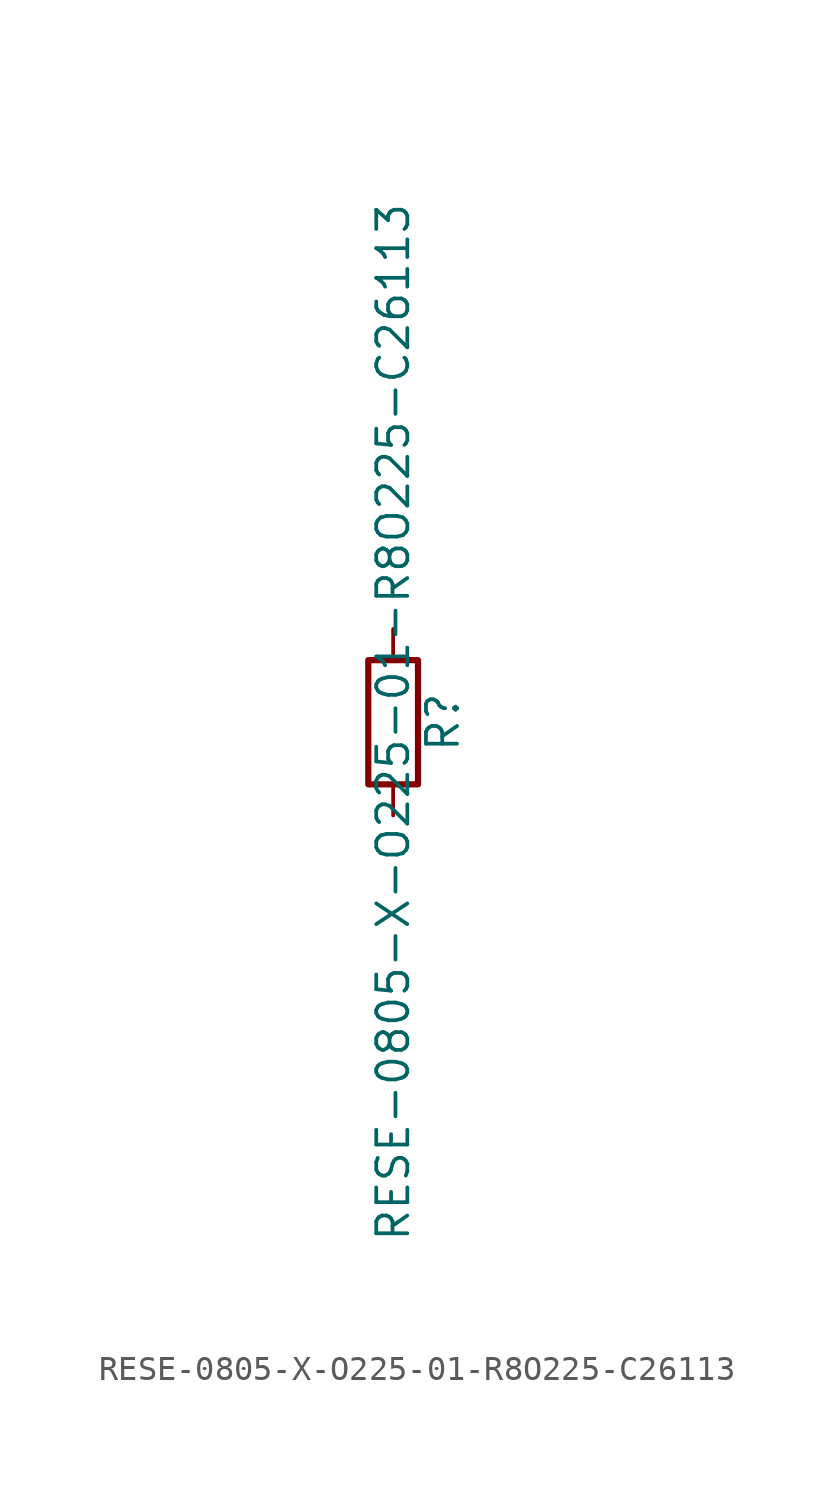
<source format=kicad_sym>
(kicad_symbol_lib
  (version 20211014)
  (generator kicad_symbol_editor)
  (symbol "RESE-0805-X-O225-01-R8O225-C26113"
    (pin_numbers hide)
    (pin_names
      (offset 0))
    (property "Reference" "R"
      (at 2.032 0 90)
      (effects (font (size 1.27 1.27))))
    (property "Value" "RESE-0805-X-O225-01-R8O225-C26113"
      (at 0 0 90)
      (effects (font (size 1.27 1.27))))
    (symbol "RESE-0805-X-O225-01-R8O225-C26113_0_1"
      (rectangle (start -1.016 -2.54) (end 1.016 2.54) (stroke (width 0.254) (type default) (color 0 0 0 0)) (fill (type none))))
    (symbol "RESE-0805-X-O225-01-R8O225-C26113_1_1"
      (pin passive line (at 0 3.81 270) (length 1.27) (name "~" (effects (font (size 1.27 1.27)))) (number "1" (effects (font (size 1.27 1.27)))))
      (pin passive line (at 0 -3.81 90) (length 1.27) (name "~" (effects (font (size 1.27 1.27)))) (number "2" (effects (font (size 1.27 1.27))))))))
</source>
